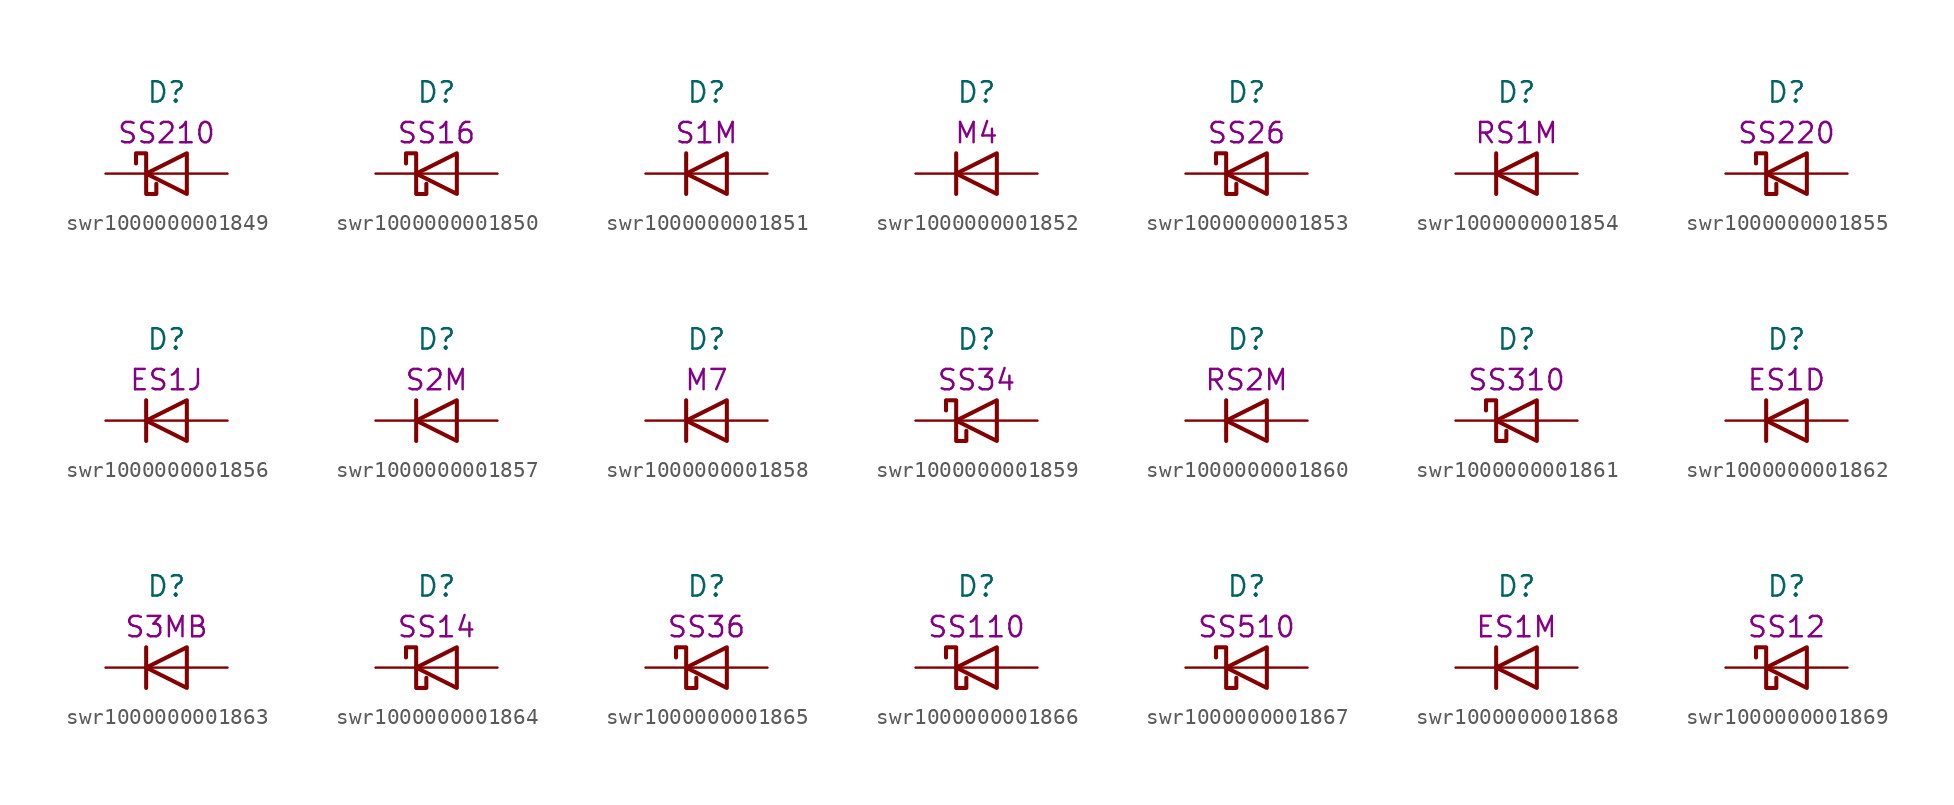
<source format=kicad_sym>
(kicad_symbol_lib
  (version 20211014)
  (generator kicad_symbol_editor)
  (symbol "swr1000000001849"
    (pin_numbers hide)
    (pin_names
      (offset 1.016) hide)
    (property "Reference" "D"
      (at 0 5.08 0)
      (effects (font (size 1.27 1.27))))
    (property "PartValue" "SS210"
      (at 0 2.54 0)
      (effects (font (size 1.27 1.27))))
    (symbol "swr1000000001849_0_1"
      (polyline (pts (xy 1.27 0) (xy -1.27 0)) (stroke (width 0) (type default) (color 0 0 0 0)) (fill (type none)))
      (polyline (pts (xy 1.27 1.27) (xy 1.27 -1.27) (xy -1.27 0) (xy 1.27 1.27)) (stroke (width 0.254) (type default) (color 0 0 0 0)) (fill (type none)))
      (polyline (pts (xy -1.905 0.635) (xy -1.905 1.27) (xy -1.27 1.27) (xy -1.27 -1.27) (xy -0.635 -1.27) (xy -0.635 -0.635)) (stroke (width 0.254) (type default) (color 0 0 0 0)) (fill (type none))))
    (symbol "swr1000000001849_1_1"
      (pin passive line (at -3.81 0 0) (length 2.54) (name "K" (effects (font (size 1.27 1.27)))) (number "1" (effects (font (size 1.27 1.27)))))
      (pin passive line (at 3.81 0 180) (length 2.54) (name "A" (effects (font (size 1.27 1.27)))) (number "2" (effects (font (size 1.27 1.27)))))))
  (symbol "swr1000000001850"
    (pin_numbers hide)
    (pin_names
      (offset 1.016) hide)
    (property "Reference" "D"
      (at 0 5.08 0)
      (effects (font (size 1.27 1.27))))
    (property "PartValue" "SS16"
      (at 0 2.54 0)
      (effects (font (size 1.27 1.27))))
    (symbol "swr1000000001850_0_1"
      (polyline (pts (xy 1.27 0) (xy -1.27 0)) (stroke (width 0) (type default) (color 0 0 0 0)) (fill (type none)))
      (polyline (pts (xy 1.27 1.27) (xy 1.27 -1.27) (xy -1.27 0) (xy 1.27 1.27)) (stroke (width 0.254) (type default) (color 0 0 0 0)) (fill (type none)))
      (polyline (pts (xy -1.905 0.635) (xy -1.905 1.27) (xy -1.27 1.27) (xy -1.27 -1.27) (xy -0.635 -1.27) (xy -0.635 -0.635)) (stroke (width 0.254) (type default) (color 0 0 0 0)) (fill (type none))))
    (symbol "swr1000000001850_1_1"
      (pin passive line (at -3.81 0 0) (length 2.54) (name "K" (effects (font (size 1.27 1.27)))) (number "1" (effects (font (size 1.27 1.27)))))
      (pin passive line (at 3.81 0 180) (length 2.54) (name "A" (effects (font (size 1.27 1.27)))) (number "2" (effects (font (size 1.27 1.27)))))))
  (symbol "swr1000000001851"
    (pin_numbers hide)
    (pin_names
      (offset 1.016) hide)
    (property "Reference" "D"
      (at 0 5.08 0)
      (effects (font (size 1.27 1.27))))
    (property "PartValue" "S1M"
      (at 0 2.54 0)
      (effects (font (size 1.27 1.27))))
    (symbol "swr1000000001851_0_1"
      (polyline (pts (xy -1.27 1.27) (xy -1.27 -1.27)) (stroke (width 0.254) (type default) (color 0 0 0 0)) (fill (type none)))
      (polyline (pts (xy 1.27 0) (xy -1.27 0)) (stroke (width 0) (type default) (color 0 0 0 0)) (fill (type none)))
      (polyline (pts (xy 1.27 1.27) (xy 1.27 -1.27) (xy -1.27 0) (xy 1.27 1.27)) (stroke (width 0.254) (type default) (color 0 0 0 0)) (fill (type none))))
    (symbol "swr1000000001851_1_1"
      (pin passive line (at -3.81 0 0) (length 2.54) (name "K" (effects (font (size 1.27 1.27)))) (number "1" (effects (font (size 1.27 1.27)))))
      (pin passive line (at 3.81 0 180) (length 2.54) (name "A" (effects (font (size 1.27 1.27)))) (number "2" (effects (font (size 1.27 1.27)))))))
  (symbol "swr1000000001852"
    (pin_numbers hide)
    (pin_names
      (offset 1.016) hide)
    (property "Reference" "D"
      (at 0 5.08 0)
      (effects (font (size 1.27 1.27))))
    (property "PartValue" "M4"
      (at 0 2.54 0)
      (effects (font (size 1.27 1.27))))
    (symbol "swr1000000001852_0_1"
      (polyline (pts (xy -1.27 1.27) (xy -1.27 -1.27)) (stroke (width 0.254) (type default) (color 0 0 0 0)) (fill (type none)))
      (polyline (pts (xy 1.27 0) (xy -1.27 0)) (stroke (width 0) (type default) (color 0 0 0 0)) (fill (type none)))
      (polyline (pts (xy 1.27 1.27) (xy 1.27 -1.27) (xy -1.27 0) (xy 1.27 1.27)) (stroke (width 0.254) (type default) (color 0 0 0 0)) (fill (type none))))
    (symbol "swr1000000001852_1_1"
      (pin passive line (at -3.81 0 0) (length 2.54) (name "K" (effects (font (size 1.27 1.27)))) (number "1" (effects (font (size 1.27 1.27)))))
      (pin passive line (at 3.81 0 180) (length 2.54) (name "A" (effects (font (size 1.27 1.27)))) (number "2" (effects (font (size 1.27 1.27)))))))
  (symbol "swr1000000001853"
    (pin_numbers hide)
    (pin_names
      (offset 1.016) hide)
    (property "Reference" "D"
      (at 0 5.08 0)
      (effects (font (size 1.27 1.27))))
    (property "PartValue" "SS26"
      (at 0 2.54 0)
      (effects (font (size 1.27 1.27))))
    (symbol "swr1000000001853_0_1"
      (polyline (pts (xy 1.27 0) (xy -1.27 0)) (stroke (width 0) (type default) (color 0 0 0 0)) (fill (type none)))
      (polyline (pts (xy 1.27 1.27) (xy 1.27 -1.27) (xy -1.27 0) (xy 1.27 1.27)) (stroke (width 0.254) (type default) (color 0 0 0 0)) (fill (type none)))
      (polyline (pts (xy -1.905 0.635) (xy -1.905 1.27) (xy -1.27 1.27) (xy -1.27 -1.27) (xy -0.635 -1.27) (xy -0.635 -0.635)) (stroke (width 0.254) (type default) (color 0 0 0 0)) (fill (type none))))
    (symbol "swr1000000001853_1_1"
      (pin passive line (at -3.81 0 0) (length 2.54) (name "K" (effects (font (size 1.27 1.27)))) (number "1" (effects (font (size 1.27 1.27)))))
      (pin passive line (at 3.81 0 180) (length 2.54) (name "A" (effects (font (size 1.27 1.27)))) (number "2" (effects (font (size 1.27 1.27)))))))
  (symbol "swr1000000001854"
    (pin_numbers hide)
    (pin_names
      (offset 1.016) hide)
    (property "Reference" "D"
      (at 0 5.08 0)
      (effects (font (size 1.27 1.27))))
    (property "PartValue" "RS1M"
      (at 0 2.54 0)
      (effects (font (size 1.27 1.27))))
    (symbol "swr1000000001854_0_1"
      (polyline (pts (xy -1.27 1.27) (xy -1.27 -1.27)) (stroke (width 0.254) (type default) (color 0 0 0 0)) (fill (type none)))
      (polyline (pts (xy 1.27 0) (xy -1.27 0)) (stroke (width 0) (type default) (color 0 0 0 0)) (fill (type none)))
      (polyline (pts (xy 1.27 1.27) (xy 1.27 -1.27) (xy -1.27 0) (xy 1.27 1.27)) (stroke (width 0.254) (type default) (color 0 0 0 0)) (fill (type none))))
    (symbol "swr1000000001854_1_1"
      (pin passive line (at -3.81 0 0) (length 2.54) (name "K" (effects (font (size 1.27 1.27)))) (number "1" (effects (font (size 1.27 1.27)))))
      (pin passive line (at 3.81 0 180) (length 2.54) (name "A" (effects (font (size 1.27 1.27)))) (number "2" (effects (font (size 1.27 1.27)))))))
  (symbol "swr1000000001855"
    (pin_numbers hide)
    (pin_names
      (offset 1.016) hide)
    (property "Reference" "D"
      (at 0 5.08 0)
      (effects (font (size 1.27 1.27))))
    (property "PartValue" "SS220"
      (at 0 2.54 0)
      (effects (font (size 1.27 1.27))))
    (symbol "swr1000000001855_0_1"
      (polyline (pts (xy 1.27 0) (xy -1.27 0)) (stroke (width 0) (type default) (color 0 0 0 0)) (fill (type none)))
      (polyline (pts (xy 1.27 1.27) (xy 1.27 -1.27) (xy -1.27 0) (xy 1.27 1.27)) (stroke (width 0.254) (type default) (color 0 0 0 0)) (fill (type none)))
      (polyline (pts (xy -1.905 0.635) (xy -1.905 1.27) (xy -1.27 1.27) (xy -1.27 -1.27) (xy -0.635 -1.27) (xy -0.635 -0.635)) (stroke (width 0.254) (type default) (color 0 0 0 0)) (fill (type none))))
    (symbol "swr1000000001855_1_1"
      (pin passive line (at -3.81 0 0) (length 2.54) (name "K" (effects (font (size 1.27 1.27)))) (number "1" (effects (font (size 1.27 1.27)))))
      (pin passive line (at 3.81 0 180) (length 2.54) (name "A" (effects (font (size 1.27 1.27)))) (number "2" (effects (font (size 1.27 1.27)))))))
  (symbol "swr1000000001856"
    (pin_numbers hide)
    (pin_names
      (offset 1.016) hide)
    (property "Reference" "D"
      (at 0 5.08 0)
      (effects (font (size 1.27 1.27))))
    (property "PartValue" "ES1J"
      (at 0 2.54 0)
      (effects (font (size 1.27 1.27))))
    (symbol "swr1000000001856_0_1"
      (polyline (pts (xy -1.27 1.27) (xy -1.27 -1.27)) (stroke (width 0.254) (type default) (color 0 0 0 0)) (fill (type none)))
      (polyline (pts (xy 1.27 0) (xy -1.27 0)) (stroke (width 0) (type default) (color 0 0 0 0)) (fill (type none)))
      (polyline (pts (xy 1.27 1.27) (xy 1.27 -1.27) (xy -1.27 0) (xy 1.27 1.27)) (stroke (width 0.254) (type default) (color 0 0 0 0)) (fill (type none))))
    (symbol "swr1000000001856_1_1"
      (pin passive line (at -3.81 0 0) (length 2.54) (name "K" (effects (font (size 1.27 1.27)))) (number "1" (effects (font (size 1.27 1.27)))))
      (pin passive line (at 3.81 0 180) (length 2.54) (name "A" (effects (font (size 1.27 1.27)))) (number "2" (effects (font (size 1.27 1.27)))))))
  (symbol "swr1000000001857"
    (pin_numbers hide)
    (pin_names
      (offset 1.016) hide)
    (property "Reference" "D"
      (at 0 5.08 0)
      (effects (font (size 1.27 1.27))))
    (property "PartValue" "S2M"
      (at 0 2.54 0)
      (effects (font (size 1.27 1.27))))
    (symbol "swr1000000001857_0_1"
      (polyline (pts (xy -1.27 1.27) (xy -1.27 -1.27)) (stroke (width 0.254) (type default) (color 0 0 0 0)) (fill (type none)))
      (polyline (pts (xy 1.27 0) (xy -1.27 0)) (stroke (width 0) (type default) (color 0 0 0 0)) (fill (type none)))
      (polyline (pts (xy 1.27 1.27) (xy 1.27 -1.27) (xy -1.27 0) (xy 1.27 1.27)) (stroke (width 0.254) (type default) (color 0 0 0 0)) (fill (type none))))
    (symbol "swr1000000001857_1_1"
      (pin passive line (at -3.81 0 0) (length 2.54) (name "K" (effects (font (size 1.27 1.27)))) (number "1" (effects (font (size 1.27 1.27)))))
      (pin passive line (at 3.81 0 180) (length 2.54) (name "A" (effects (font (size 1.27 1.27)))) (number "2" (effects (font (size 1.27 1.27)))))))
  (symbol "swr1000000001858"
    (pin_numbers hide)
    (pin_names
      (offset 1.016) hide)
    (property "Reference" "D"
      (at 0 5.08 0)
      (effects (font (size 1.27 1.27))))
    (property "PartValue" "M7"
      (at 0 2.54 0)
      (effects (font (size 1.27 1.27))))
    (symbol "swr1000000001858_0_1"
      (polyline (pts (xy -1.27 1.27) (xy -1.27 -1.27)) (stroke (width 0.254) (type default) (color 0 0 0 0)) (fill (type none)))
      (polyline (pts (xy 1.27 0) (xy -1.27 0)) (stroke (width 0) (type default) (color 0 0 0 0)) (fill (type none)))
      (polyline (pts (xy 1.27 1.27) (xy 1.27 -1.27) (xy -1.27 0) (xy 1.27 1.27)) (stroke (width 0.254) (type default) (color 0 0 0 0)) (fill (type none))))
    (symbol "swr1000000001858_1_1"
      (pin passive line (at -3.81 0 0) (length 2.54) (name "K" (effects (font (size 1.27 1.27)))) (number "1" (effects (font (size 1.27 1.27)))))
      (pin passive line (at 3.81 0 180) (length 2.54) (name "A" (effects (font (size 1.27 1.27)))) (number "2" (effects (font (size 1.27 1.27)))))))
  (symbol "swr1000000001859"
    (pin_numbers hide)
    (pin_names
      (offset 1.016) hide)
    (property "Reference" "D"
      (at 0 5.08 0)
      (effects (font (size 1.27 1.27))))
    (property "PartValue" "SS34"
      (at 0 2.54 0)
      (effects (font (size 1.27 1.27))))
    (symbol "swr1000000001859_0_1"
      (polyline (pts (xy 1.27 0) (xy -1.27 0)) (stroke (width 0) (type default) (color 0 0 0 0)) (fill (type none)))
      (polyline (pts (xy 1.27 1.27) (xy 1.27 -1.27) (xy -1.27 0) (xy 1.27 1.27)) (stroke (width 0.254) (type default) (color 0 0 0 0)) (fill (type none)))
      (polyline (pts (xy -1.905 0.635) (xy -1.905 1.27) (xy -1.27 1.27) (xy -1.27 -1.27) (xy -0.635 -1.27) (xy -0.635 -0.635)) (stroke (width 0.254) (type default) (color 0 0 0 0)) (fill (type none))))
    (symbol "swr1000000001859_1_1"
      (pin passive line (at -3.81 0 0) (length 2.54) (name "K" (effects (font (size 1.27 1.27)))) (number "1" (effects (font (size 1.27 1.27)))))
      (pin passive line (at 3.81 0 180) (length 2.54) (name "A" (effects (font (size 1.27 1.27)))) (number "2" (effects (font (size 1.27 1.27)))))))
  (symbol "swr1000000001860"
    (pin_numbers hide)
    (pin_names
      (offset 1.016) hide)
    (property "Reference" "D"
      (at 0 5.08 0)
      (effects (font (size 1.27 1.27))))
    (property "PartValue" "RS2M"
      (at 0 2.54 0)
      (effects (font (size 1.27 1.27))))
    (symbol "swr1000000001860_0_1"
      (polyline (pts (xy -1.27 1.27) (xy -1.27 -1.27)) (stroke (width 0.254) (type default) (color 0 0 0 0)) (fill (type none)))
      (polyline (pts (xy 1.27 0) (xy -1.27 0)) (stroke (width 0) (type default) (color 0 0 0 0)) (fill (type none)))
      (polyline (pts (xy 1.27 1.27) (xy 1.27 -1.27) (xy -1.27 0) (xy 1.27 1.27)) (stroke (width 0.254) (type default) (color 0 0 0 0)) (fill (type none))))
    (symbol "swr1000000001860_1_1"
      (pin passive line (at -3.81 0 0) (length 2.54) (name "K" (effects (font (size 1.27 1.27)))) (number "1" (effects (font (size 1.27 1.27)))))
      (pin passive line (at 3.81 0 180) (length 2.54) (name "A" (effects (font (size 1.27 1.27)))) (number "2" (effects (font (size 1.27 1.27)))))))
  (symbol "swr1000000001861"
    (pin_numbers hide)
    (pin_names
      (offset 1.016) hide)
    (property "Reference" "D"
      (at 0 5.08 0)
      (effects (font (size 1.27 1.27))))
    (property "PartValue" "SS310"
      (at 0 2.54 0)
      (effects (font (size 1.27 1.27))))
    (symbol "swr1000000001861_0_1"
      (polyline (pts (xy 1.27 0) (xy -1.27 0)) (stroke (width 0) (type default) (color 0 0 0 0)) (fill (type none)))
      (polyline (pts (xy 1.27 1.27) (xy 1.27 -1.27) (xy -1.27 0) (xy 1.27 1.27)) (stroke (width 0.254) (type default) (color 0 0 0 0)) (fill (type none)))
      (polyline (pts (xy -1.905 0.635) (xy -1.905 1.27) (xy -1.27 1.27) (xy -1.27 -1.27) (xy -0.635 -1.27) (xy -0.635 -0.635)) (stroke (width 0.254) (type default) (color 0 0 0 0)) (fill (type none))))
    (symbol "swr1000000001861_1_1"
      (pin passive line (at -3.81 0 0) (length 2.54) (name "K" (effects (font (size 1.27 1.27)))) (number "1" (effects (font (size 1.27 1.27)))))
      (pin passive line (at 3.81 0 180) (length 2.54) (name "A" (effects (font (size 1.27 1.27)))) (number "2" (effects (font (size 1.27 1.27)))))))
  (symbol "swr1000000001862"
    (pin_numbers hide)
    (pin_names
      (offset 1.016) hide)
    (property "Reference" "D"
      (at 0 5.08 0)
      (effects (font (size 1.27 1.27))))
    (property "PartValue" "ES1D"
      (at 0 2.54 0)
      (effects (font (size 1.27 1.27))))
    (symbol "swr1000000001862_0_1"
      (polyline (pts (xy -1.27 1.27) (xy -1.27 -1.27)) (stroke (width 0.254) (type default) (color 0 0 0 0)) (fill (type none)))
      (polyline (pts (xy 1.27 0) (xy -1.27 0)) (stroke (width 0) (type default) (color 0 0 0 0)) (fill (type none)))
      (polyline (pts (xy 1.27 1.27) (xy 1.27 -1.27) (xy -1.27 0) (xy 1.27 1.27)) (stroke (width 0.254) (type default) (color 0 0 0 0)) (fill (type none))))
    (symbol "swr1000000001862_1_1"
      (pin passive line (at -3.81 0 0) (length 2.54) (name "K" (effects (font (size 1.27 1.27)))) (number "1" (effects (font (size 1.27 1.27)))))
      (pin passive line (at 3.81 0 180) (length 2.54) (name "A" (effects (font (size 1.27 1.27)))) (number "2" (effects (font (size 1.27 1.27)))))))
  (symbol "swr1000000001863"
    (pin_numbers hide)
    (pin_names
      (offset 1.016) hide)
    (property "Reference" "D"
      (at 0 5.08 0)
      (effects (font (size 1.27 1.27))))
    (property "PartValue" "S3MB"
      (at 0 2.54 0)
      (effects (font (size 1.27 1.27))))
    (symbol "swr1000000001863_0_1"
      (polyline (pts (xy -1.27 1.27) (xy -1.27 -1.27)) (stroke (width 0.254) (type default) (color 0 0 0 0)) (fill (type none)))
      (polyline (pts (xy 1.27 0) (xy -1.27 0)) (stroke (width 0) (type default) (color 0 0 0 0)) (fill (type none)))
      (polyline (pts (xy 1.27 1.27) (xy 1.27 -1.27) (xy -1.27 0) (xy 1.27 1.27)) (stroke (width 0.254) (type default) (color 0 0 0 0)) (fill (type none))))
    (symbol "swr1000000001863_1_1"
      (pin passive line (at -3.81 0 0) (length 2.54) (name "K" (effects (font (size 1.27 1.27)))) (number "1" (effects (font (size 1.27 1.27)))))
      (pin passive line (at 3.81 0 180) (length 2.54) (name "A" (effects (font (size 1.27 1.27)))) (number "2" (effects (font (size 1.27 1.27)))))))
  (symbol "swr1000000001864"
    (pin_numbers hide)
    (pin_names
      (offset 1.016) hide)
    (property "Reference" "D"
      (at 0 5.08 0)
      (effects (font (size 1.27 1.27))))
    (property "PartValue" "SS14"
      (at 0 2.54 0)
      (effects (font (size 1.27 1.27))))
    (symbol "swr1000000001864_0_1"
      (polyline (pts (xy 1.27 0) (xy -1.27 0)) (stroke (width 0) (type default) (color 0 0 0 0)) (fill (type none)))
      (polyline (pts (xy 1.27 1.27) (xy 1.27 -1.27) (xy -1.27 0) (xy 1.27 1.27)) (stroke (width 0.254) (type default) (color 0 0 0 0)) (fill (type none)))
      (polyline (pts (xy -1.905 0.635) (xy -1.905 1.27) (xy -1.27 1.27) (xy -1.27 -1.27) (xy -0.635 -1.27) (xy -0.635 -0.635)) (stroke (width 0.254) (type default) (color 0 0 0 0)) (fill (type none))))
    (symbol "swr1000000001864_1_1"
      (pin passive line (at -3.81 0 0) (length 2.54) (name "K" (effects (font (size 1.27 1.27)))) (number "1" (effects (font (size 1.27 1.27)))))
      (pin passive line (at 3.81 0 180) (length 2.54) (name "A" (effects (font (size 1.27 1.27)))) (number "2" (effects (font (size 1.27 1.27)))))))
  (symbol "swr1000000001865"
    (pin_numbers hide)
    (pin_names
      (offset 1.016) hide)
    (property "Reference" "D"
      (at 0 5.08 0)
      (effects (font (size 1.27 1.27))))
    (property "PartValue" "SS36"
      (at 0 2.54 0)
      (effects (font (size 1.27 1.27))))
    (symbol "swr1000000001865_0_1"
      (polyline (pts (xy 1.27 0) (xy -1.27 0)) (stroke (width 0) (type default) (color 0 0 0 0)) (fill (type none)))
      (polyline (pts (xy 1.27 1.27) (xy 1.27 -1.27) (xy -1.27 0) (xy 1.27 1.27)) (stroke (width 0.254) (type default) (color 0 0 0 0)) (fill (type none)))
      (polyline (pts (xy -1.905 0.635) (xy -1.905 1.27) (xy -1.27 1.27) (xy -1.27 -1.27) (xy -0.635 -1.27) (xy -0.635 -0.635)) (stroke (width 0.254) (type default) (color 0 0 0 0)) (fill (type none))))
    (symbol "swr1000000001865_1_1"
      (pin passive line (at -3.81 0 0) (length 2.54) (name "K" (effects (font (size 1.27 1.27)))) (number "1" (effects (font (size 1.27 1.27)))))
      (pin passive line (at 3.81 0 180) (length 2.54) (name "A" (effects (font (size 1.27 1.27)))) (number "2" (effects (font (size 1.27 1.27)))))))
  (symbol "swr1000000001866"
    (pin_numbers hide)
    (pin_names
      (offset 1.016) hide)
    (property "Reference" "D"
      (at 0 5.08 0)
      (effects (font (size 1.27 1.27))))
    (property "PartValue" "SS110"
      (at 0 2.54 0)
      (effects (font (size 1.27 1.27))))
    (symbol "swr1000000001866_0_1"
      (polyline (pts (xy 1.27 0) (xy -1.27 0)) (stroke (width 0) (type default) (color 0 0 0 0)) (fill (type none)))
      (polyline (pts (xy 1.27 1.27) (xy 1.27 -1.27) (xy -1.27 0) (xy 1.27 1.27)) (stroke (width 0.254) (type default) (color 0 0 0 0)) (fill (type none)))
      (polyline (pts (xy -1.905 0.635) (xy -1.905 1.27) (xy -1.27 1.27) (xy -1.27 -1.27) (xy -0.635 -1.27) (xy -0.635 -0.635)) (stroke (width 0.254) (type default) (color 0 0 0 0)) (fill (type none))))
    (symbol "swr1000000001866_1_1"
      (pin passive line (at -3.81 0 0) (length 2.54) (name "K" (effects (font (size 1.27 1.27)))) (number "1" (effects (font (size 1.27 1.27)))))
      (pin passive line (at 3.81 0 180) (length 2.54) (name "A" (effects (font (size 1.27 1.27)))) (number "2" (effects (font (size 1.27 1.27)))))))
  (symbol "swr1000000001867"
    (pin_numbers hide)
    (pin_names
      (offset 1.016) hide)
    (property "Reference" "D"
      (at 0 5.08 0)
      (effects (font (size 1.27 1.27))))
    (property "PartValue" "SS510"
      (at 0 2.54 0)
      (effects (font (size 1.27 1.27))))
    (symbol "swr1000000001867_0_1"
      (polyline (pts (xy 1.27 0) (xy -1.27 0)) (stroke (width 0) (type default) (color 0 0 0 0)) (fill (type none)))
      (polyline (pts (xy 1.27 1.27) (xy 1.27 -1.27) (xy -1.27 0) (xy 1.27 1.27)) (stroke (width 0.254) (type default) (color 0 0 0 0)) (fill (type none)))
      (polyline (pts (xy -1.905 0.635) (xy -1.905 1.27) (xy -1.27 1.27) (xy -1.27 -1.27) (xy -0.635 -1.27) (xy -0.635 -0.635)) (stroke (width 0.254) (type default) (color 0 0 0 0)) (fill (type none))))
    (symbol "swr1000000001867_1_1"
      (pin passive line (at -3.81 0 0) (length 2.54) (name "K" (effects (font (size 1.27 1.27)))) (number "1" (effects (font (size 1.27 1.27)))))
      (pin passive line (at 3.81 0 180) (length 2.54) (name "A" (effects (font (size 1.27 1.27)))) (number "2" (effects (font (size 1.27 1.27)))))))
  (symbol "swr1000000001868"
    (pin_numbers hide)
    (pin_names
      (offset 1.016) hide)
    (property "Reference" "D"
      (at 0 5.08 0)
      (effects (font (size 1.27 1.27))))
    (property "PartValue" "ES1M"
      (at 0 2.54 0)
      (effects (font (size 1.27 1.27))))
    (symbol "swr1000000001868_0_1"
      (polyline (pts (xy -1.27 1.27) (xy -1.27 -1.27)) (stroke (width 0.254) (type default) (color 0 0 0 0)) (fill (type none)))
      (polyline (pts (xy 1.27 0) (xy -1.27 0)) (stroke (width 0) (type default) (color 0 0 0 0)) (fill (type none)))
      (polyline (pts (xy 1.27 1.27) (xy 1.27 -1.27) (xy -1.27 0) (xy 1.27 1.27)) (stroke (width 0.254) (type default) (color 0 0 0 0)) (fill (type none))))
    (symbol "swr1000000001868_1_1"
      (pin passive line (at -3.81 0 0) (length 2.54) (name "K" (effects (font (size 1.27 1.27)))) (number "1" (effects (font (size 1.27 1.27)))))
      (pin passive line (at 3.81 0 180) (length 2.54) (name "A" (effects (font (size 1.27 1.27)))) (number "2" (effects (font (size 1.27 1.27)))))))
  (symbol "swr1000000001869"
    (pin_numbers hide)
    (pin_names
      (offset 1.016) hide)
    (property "Reference" "D"
      (at 0 5.08 0)
      (effects (font (size 1.27 1.27))))
    (property "PartValue" "SS12"
      (at 0 2.54 0)
      (effects (font (size 1.27 1.27))))
    (symbol "swr1000000001869_0_1"
      (polyline (pts (xy 1.27 0) (xy -1.27 0)) (stroke (width 0) (type default) (color 0 0 0 0)) (fill (type none)))
      (polyline (pts (xy 1.27 1.27) (xy 1.27 -1.27) (xy -1.27 0) (xy 1.27 1.27)) (stroke (width 0.254) (type default) (color 0 0 0 0)) (fill (type none)))
      (polyline (pts (xy -1.905 0.635) (xy -1.905 1.27) (xy -1.27 1.27) (xy -1.27 -1.27) (xy -0.635 -1.27) (xy -0.635 -0.635)) (stroke (width 0.254) (type default) (color 0 0 0 0)) (fill (type none))))
    (symbol "swr1000000001869_1_1"
      (pin passive line (at -3.81 0 0) (length 2.54) (name "K" (effects (font (size 1.27 1.27)))) (number "1" (effects (font (size 1.27 1.27)))))
      (pin passive line (at 3.81 0 180) (length 2.54) (name "A" (effects (font (size 1.27 1.27)))) (number "2" (effects (font (size 1.27 1.27))))))))
</source>
